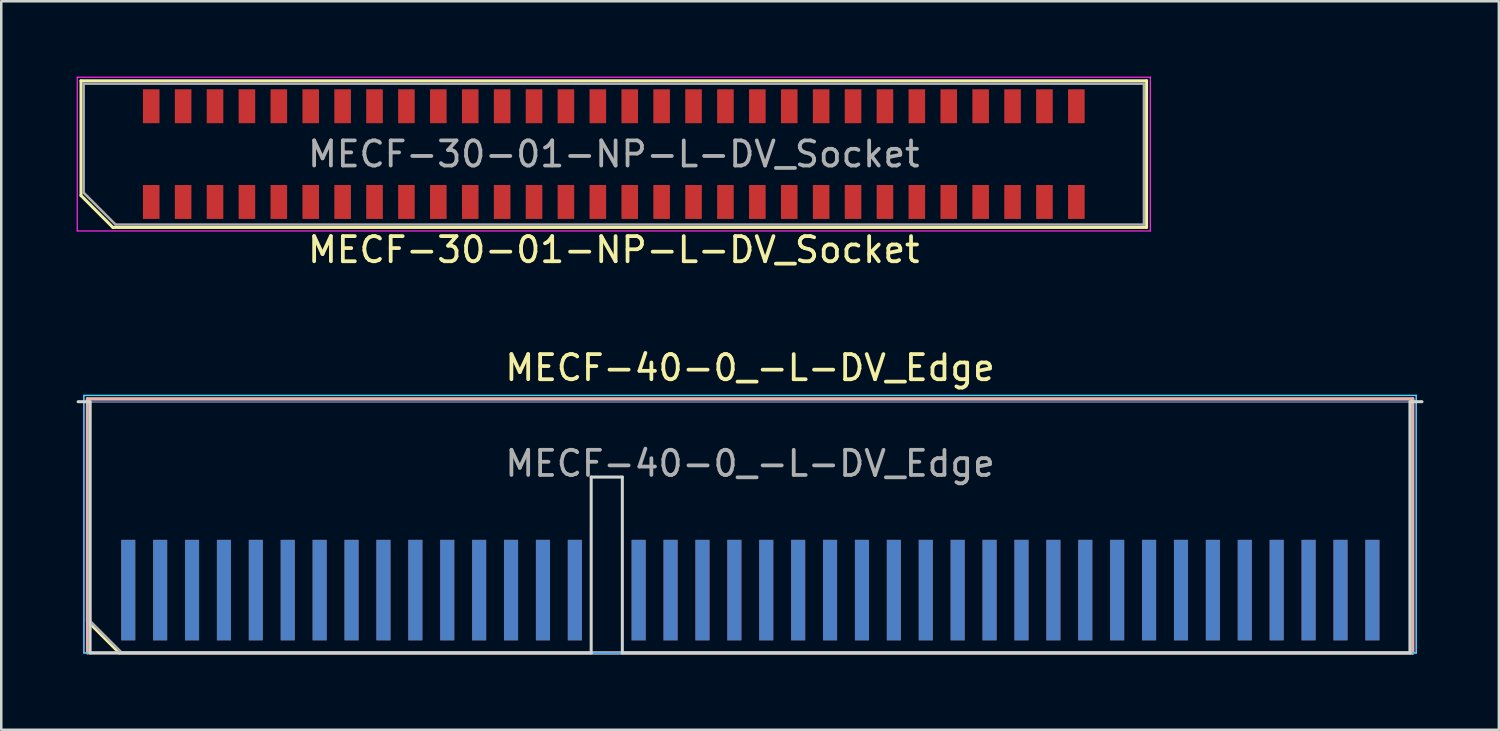
<source format=kicad_pcb>
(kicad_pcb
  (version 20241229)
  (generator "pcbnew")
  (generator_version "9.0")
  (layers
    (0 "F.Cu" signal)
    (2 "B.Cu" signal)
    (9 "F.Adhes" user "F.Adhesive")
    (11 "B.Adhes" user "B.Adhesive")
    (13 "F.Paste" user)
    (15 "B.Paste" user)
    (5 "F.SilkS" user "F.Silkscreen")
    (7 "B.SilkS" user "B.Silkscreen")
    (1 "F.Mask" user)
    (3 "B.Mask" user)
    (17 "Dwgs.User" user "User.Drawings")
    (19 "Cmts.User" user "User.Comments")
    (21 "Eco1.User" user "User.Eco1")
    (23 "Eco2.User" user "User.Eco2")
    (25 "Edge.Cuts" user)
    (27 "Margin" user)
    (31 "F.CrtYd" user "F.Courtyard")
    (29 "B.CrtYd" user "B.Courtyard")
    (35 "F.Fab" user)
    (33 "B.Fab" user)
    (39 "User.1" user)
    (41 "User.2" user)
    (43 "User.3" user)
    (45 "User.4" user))
  (footprint "MECF-30-01-NP-L-DV_Socket"
    (layer "F.Cu")
    (at 21.385 3.085)
    (property "Reference" "MECF-30-01-NP-L-DV_Socket" (at 0 3.81 0) (layer "F.SilkS") (effects (font (size 1 1) (thickness 0.15))))
    (attr smd)
    (fp_line (start -21.21 -2.92) (end 21.21 -2.92) (stroke (width 0.12) (type solid)) (layer "F.SilkS"))
    (fp_line (start -21.21 1.65) (end -21.21 -2.92) (stroke (width 0.12) (type solid)) (layer "F.SilkS"))
    (fp_line (start -19.94 2.92) (end -21.21 1.65) (stroke (width 0.12) (type solid)) (layer "F.SilkS"))
    (fp_line (start -19.94 2.92) (end 21.21 2.92) (stroke (width 0.12) (type solid)) (layer "F.SilkS"))
    (fp_line (start 21.21 2.92) (end 21.21 -2.92) (stroke (width 0.12) (type solid)) (layer "F.SilkS"))
    (fp_line (start -21.36 -3.06) (end -21.36 3.06) (stroke (width 0.05) (type solid)) (layer "F.CrtYd"))
    (fp_line (start -21.36 3.06) (end 21.36 3.06) (stroke (width 0.05) (type solid)) (layer "F.CrtYd"))
    (fp_line (start 21.36 -3.06) (end -21.36 -3.06) (stroke (width 0.05) (type solid)) (layer "F.CrtYd"))
    (fp_line (start 21.36 3.06) (end 21.36 -3.06) (stroke (width 0.05) (type solid)) (layer "F.CrtYd"))
    (fp_line (start -21.105 -2.805) (end 21.105 -2.805) (stroke (width 0.1) (type solid)) (layer "F.Fab"))
    (fp_line (start -21.105 1.535) (end -21.105 -2.805) (stroke (width 0.1) (type solid)) (layer "F.Fab"))
    (fp_line (start -21.105 1.535) (end -19.835 2.805) (stroke (width 0.1) (type solid)) (layer "F.Fab"))
    (fp_line (start -19.835 2.805) (end 21.105 2.805) (stroke (width 0.1) (type solid)) (layer "F.Fab"))
    (fp_line (start 21.105 2.805) (end 21.105 -2.805) (stroke (width 0.1) (type solid)) (layer "F.Fab"))
    (fp_text user "${REFERENCE}" (at 0 0 0) (layer "F.Fab") (effects (font (size 1 1) (thickness 0.15))))
    (pad "" np_thru_hole circle (at -20.195 0) (size 0.001 0.001) (drill 1.45) (layers "*.Cu" "*.Mask"))
    (pad "" np_thru_hole circle (at 20.195 1) (size 0.001 0.001) (drill 1.45) (layers "*.Cu" "*.Mask"))
    (pad "1" smd rect (at -18.415 1.905) (size 0.66 1.35) (layers "F.Cu" "F.Mask" "F.Paste"))
    (pad "2" smd rect (at -18.415 -1.905) (size 0.66 1.35) (layers "F.Cu" "F.Mask" "F.Paste"))
    (pad "3" smd rect (at -17.145 1.905) (size 0.66 1.35) (layers "F.Cu" "F.Mask" "F.Paste"))
    (pad "4" smd rect (at -17.145 -1.905) (size 0.66 1.35) (layers "F.Cu" "F.Mask" "F.Paste"))
    (pad "5" smd rect (at -15.875 1.905) (size 0.66 1.35) (layers "F.Cu" "F.Mask" "F.Paste"))
    (pad "6" smd rect (at -15.875 -1.905) (size 0.66 1.35) (layers "F.Cu" "F.Mask" "F.Paste"))
    (pad "7" smd rect (at -14.605 1.905) (size 0.66 1.35) (layers "F.Cu" "F.Mask" "F.Paste"))
    (pad "8" smd rect (at -14.605 -1.905) (size 0.66 1.35) (layers "F.Cu" "F.Mask" "F.Paste"))
    (pad "9" smd rect (at -13.335 1.905) (size 0.66 1.35) (layers "F.Cu" "F.Mask" "F.Paste"))
    (pad "10" smd rect (at -13.335 -1.905) (size 0.66 1.35) (layers "F.Cu" "F.Mask" "F.Paste"))
    (pad "11" smd rect (at -12.065 1.905) (size 0.66 1.35) (layers "F.Cu" "F.Mask" "F.Paste"))
    (pad "12" smd rect (at -12.065 -1.905) (size 0.66 1.35) (layers "F.Cu" "F.Mask" "F.Paste"))
    (pad "13" smd rect (at -10.795 1.905) (size 0.66 1.35) (layers "F.Cu" "F.Mask" "F.Paste"))
    (pad "14" smd rect (at -10.795 -1.905) (size 0.66 1.35) (layers "F.Cu" "F.Mask" "F.Paste"))
    (pad "15" smd rect (at -9.525 1.905) (size 0.66 1.35) (layers "F.Cu" "F.Mask" "F.Paste"))
    (pad "16" smd rect (at -9.525 -1.905) (size 0.66 1.35) (layers "F.Cu" "F.Mask" "F.Paste"))
    (pad "17" smd rect (at -8.255 1.905) (size 0.66 1.35) (layers "F.Cu" "F.Mask" "F.Paste"))
    (pad "18" smd rect (at -8.255 -1.905) (size 0.66 1.35) (layers "F.Cu" "F.Mask" "F.Paste"))
    (pad "19" smd rect (at -6.985 1.905) (size 0.66 1.35) (layers "F.Cu" "F.Mask" "F.Paste"))
    (pad "20" smd rect (at -6.985 -1.905) (size 0.66 1.35) (layers "F.Cu" "F.Mask" "F.Paste"))
    (pad "21" smd rect (at -5.715 1.905) (size 0.66 1.35) (layers "F.Cu" "F.Mask" "F.Paste"))
    (pad "22" smd rect (at -5.715 -1.905) (size 0.66 1.35) (layers "F.Cu" "F.Mask" "F.Paste"))
    (pad "23" smd rect (at -4.445 1.905) (size 0.66 1.35) (layers "F.Cu" "F.Mask" "F.Paste"))
    (pad "24" smd rect (at -4.445 -1.905) (size 0.66 1.35) (layers "F.Cu" "F.Mask" "F.Paste"))
    (pad "25" smd rect (at -3.175 1.905) (size 0.66 1.35) (layers "F.Cu" "F.Mask" "F.Paste"))
    (pad "26" smd rect (at -3.175 -1.905) (size 0.66 1.35) (layers "F.Cu" "F.Mask" "F.Paste"))
    (pad "27" smd rect (at -1.905 1.905) (size 0.66 1.35) (layers "F.Cu" "F.Mask" "F.Paste"))
    (pad "28" smd rect (at -1.905 -1.905) (size 0.66 1.35) (layers "F.Cu" "F.Mask" "F.Paste"))
    (pad "29" smd rect (at -0.635 1.905) (size 0.66 1.35) (layers "F.Cu" "F.Mask" "F.Paste"))
    (pad "30" smd rect (at -0.635 -1.905) (size 0.66 1.35) (layers "F.Cu" "F.Mask" "F.Paste"))
    (pad "31" smd rect (at 0.635 1.905) (size 0.66 1.35) (layers "F.Cu" "F.Mask" "F.Paste"))
    (pad "32" smd rect (at 0.635 -1.905) (size 0.66 1.35) (layers "F.Cu" "F.Mask" "F.Paste"))
    (pad "33" smd rect (at 1.905 1.905) (size 0.66 1.35) (layers "F.Cu" "F.Mask" "F.Paste"))
    (pad "34" smd rect (at 1.905 -1.905) (size 0.66 1.35) (layers "F.Cu" "F.Mask" "F.Paste"))
    (pad "35" smd rect (at 3.175 1.905) (size 0.66 1.35) (layers "F.Cu" "F.Mask" "F.Paste"))
    (pad "36" smd rect (at 3.175 -1.905) (size 0.66 1.35) (layers "F.Cu" "F.Mask" "F.Paste"))
    (pad "37" smd rect (at 4.445 1.905) (size 0.66 1.35) (layers "F.Cu" "F.Mask" "F.Paste"))
    (pad "38" smd rect (at 4.445 -1.905) (size 0.66 1.35) (layers "F.Cu" "F.Mask" "F.Paste"))
    (pad "39" smd rect (at 5.715 1.905) (size 0.66 1.35) (layers "F.Cu" "F.Mask" "F.Paste"))
    (pad "40" smd rect (at 5.715 -1.905) (size 0.66 1.35) (layers "F.Cu" "F.Mask" "F.Paste"))
    (pad "41" smd rect (at 6.985 1.905) (size 0.66 1.35) (layers "F.Cu" "F.Mask" "F.Paste"))
    (pad "42" smd rect (at 6.985 -1.905) (size 0.66 1.35) (layers "F.Cu" "F.Mask" "F.Paste"))
    (pad "43" smd rect (at 8.255 1.905) (size 0.66 1.35) (layers "F.Cu" "F.Mask" "F.Paste"))
    (pad "44" smd rect (at 8.255 -1.905) (size 0.66 1.35) (layers "F.Cu" "F.Mask" "F.Paste"))
    (pad "45" smd rect (at 9.525 1.905) (size 0.66 1.35) (layers "F.Cu" "F.Mask" "F.Paste"))
    (pad "46" smd rect (at 9.525 -1.905) (size 0.66 1.35) (layers "F.Cu" "F.Mask" "F.Paste"))
    (pad "47" smd rect (at 10.795 1.905) (size 0.66 1.35) (layers "F.Cu" "F.Mask" "F.Paste"))
    (pad "48" smd rect (at 10.795 -1.905) (size 0.66 1.35) (layers "F.Cu" "F.Mask" "F.Paste"))
    (pad "49" smd rect (at 12.065 1.905) (size 0.66 1.35) (layers "F.Cu" "F.Mask" "F.Paste"))
    (pad "50" smd rect (at 12.065 -1.905) (size 0.66 1.35) (layers "F.Cu" "F.Mask" "F.Paste"))
    (pad "51" smd rect (at 13.335 1.905) (size 0.66 1.35) (layers "F.Cu" "F.Mask" "F.Paste"))
    (pad "52" smd rect (at 13.335 -1.905) (size 0.66 1.35) (layers "F.Cu" "F.Mask" "F.Paste"))
    (pad "53" smd rect (at 14.605 1.905) (size 0.66 1.35) (layers "F.Cu" "F.Mask" "F.Paste"))
    (pad "54" smd rect (at 14.605 -1.905) (size 0.66 1.35) (layers "F.Cu" "F.Mask" "F.Paste"))
    (pad "55" smd rect (at 15.875 1.905) (size 0.66 1.35) (layers "F.Cu" "F.Mask" "F.Paste"))
    (pad "56" smd rect (at 15.875 -1.905) (size 0.66 1.35) (layers "F.Cu" "F.Mask" "F.Paste"))
    (pad "57" smd rect (at 17.145 1.905) (size 0.66 1.35) (layers "F.Cu" "F.Mask" "F.Paste"))
    (pad "58" smd rect (at 17.145 -1.905) (size 0.66 1.35) (layers "F.Cu" "F.Mask" "F.Paste"))
    (pad "59" smd rect (at 18.415 1.905) (size 0.66 1.35) (layers "F.Cu" "F.Mask" "F.Paste"))
    (pad "60" smd rect (at 18.415 -1.905) (size 0.66 1.35) (layers "F.Cu" "F.Mask" "F.Paste")))
  (footprint "MECF-40-0_-L-DV_Edge"
    (layer "F.Cu")
    (at 26.81 17.942)
    (property "Reference" "MECF-40-0_-L-DV_Edge" (at 0 -6.35 0) (layer "F.SilkS") (effects (font (size 1 1) (thickness 0.15))))
    (attr exclude_from_pos_files exclude_from_bom)
    (fp_line (start -26.38 -5.11) (end 26.38 -5.11) (stroke (width 0.12) (type solid)) (layer "F.SilkS"))
    (fp_line (start -26.38 3.73) (end -26.38 -5.11) (stroke (width 0.12) (type solid)) (layer "F.SilkS"))
    (fp_line (start -25.11 5) (end -26.38 3.73) (stroke (width 0.12) (type solid)) (layer "F.SilkS"))
    (fp_line (start -25.11 5) (end 26.38 5) (stroke (width 0.12) (type solid)) (layer "F.SilkS"))
    (fp_line (start 26.38 5) (end 26.38 -5.11) (stroke (width 0.12) (type solid)) (layer "F.SilkS"))
    (fp_line (start -26.38 -5.11) (end 26.38 -5.11) (stroke (width 0.12) (type solid)) (layer "B.SilkS"))
    (fp_line (start -26.38 5) (end -26.38 -5.11) (stroke (width 0.12) (type solid)) (layer "B.SilkS"))
    (fp_line (start -26.38 5) (end 26.38 5) (stroke (width 0.12) (type solid)) (layer "B.SilkS"))
    (fp_line (start 26.38 5) (end 26.38 -5.11) (stroke (width 0.12) (type solid)) (layer "B.SilkS"))
    (fp_line (start -26.75 -5) (end -26.275 -5) (stroke (width 0.12) (type solid)) (layer "Edge.Cuts"))
    (fp_line (start -26.275 5) (end -26.275 -5) (stroke (width 0.12) (type solid)) (layer "Edge.Cuts"))
    (fp_line (start -26.275 5) (end -6.325 5) (stroke (width 0.12) (type solid)) (layer "Edge.Cuts"))
    (fp_line (start -6.325 -2) (end -5.085 -2) (stroke (width 0.12) (type solid)) (layer "Edge.Cuts"))
    (fp_line (start -6.325 5) (end -6.325 -2) (stroke (width 0.12) (type solid)) (layer "Edge.Cuts"))
    (fp_line (start -5.085 5) (end -5.085 -2) (stroke (width 0.12) (type solid)) (layer "Edge.Cuts"))
    (fp_line (start -5.085 5) (end 26.275 5) (stroke (width 0.12) (type solid)) (layer "Edge.Cuts"))
    (fp_line (start 26.275 5) (end 26.275 -5) (stroke (width 0.12) (type solid)) (layer "Edge.Cuts"))
    (fp_line (start 26.75 -5) (end 26.275 -5) (stroke (width 0.12) (type solid)) (layer "Edge.Cuts"))
    (fp_line (start -26.52 -5.25) (end -26.52 5) (stroke (width 0.05) (type solid)) (layer "B.CrtYd"))
    (fp_line (start -26.52 5) (end 26.52 5) (stroke (width 0.05) (type solid)) (layer "B.CrtYd"))
    (fp_line (start 26.52 -5.25) (end -26.52 -5.25) (stroke (width 0.05) (type solid)) (layer "B.CrtYd"))
    (fp_line (start 26.52 5) (end 26.52 -5.25) (stroke (width 0.05) (type solid)) (layer "B.CrtYd"))
    (fp_line (start -26.52 -5.25) (end -26.52 5) (stroke (width 0.05) (type solid)) (layer "F.CrtYd"))
    (fp_line (start -26.52 5) (end 26.52 5) (stroke (width 0.05) (type solid)) (layer "F.CrtYd"))
    (fp_line (start 26.52 -5.25) (end -26.52 -5.25) (stroke (width 0.05) (type solid)) (layer "F.CrtYd"))
    (fp_line (start 26.52 5) (end 26.52 -5.25) (stroke (width 0.05) (type solid)) (layer "F.CrtYd"))
    (fp_line (start -26.275 -5) (end 26.275 -5) (stroke (width 0.1) (type solid)) (layer "B.Fab"))
    (fp_line (start -26.275 5) (end -26.275 -5) (stroke (width 0.1) (type solid)) (layer "B.Fab"))
    (fp_line (start -26.275 5) (end 26.275 5) (stroke (width 0.1) (type solid)) (layer "B.Fab"))
    (fp_line (start 26.275 5) (end 26.275 -5) (stroke (width 0.1) (type solid)) (layer "B.Fab"))
    (fp_line (start -26.275 -5) (end 26.275 -5) (stroke (width 0.1) (type solid)) (layer "F.Fab"))
    (fp_line (start -26.275 3.73) (end -26.275 -5) (stroke (width 0.1) (type solid)) (layer "F.Fab"))
    (fp_line (start -26.275 3.73) (end -25.005 5) (stroke (width 0.1) (type solid)) (layer "F.Fab"))
    (fp_line (start -25.005 5) (end 26.275 5) (stroke (width 0.1) (type solid)) (layer "F.Fab"))
    (fp_line (start 26.275 5) (end 26.275 -5) (stroke (width 0.1) (type solid)) (layer "F.Fab"))
    (fp_text user "${REFERENCE}" (at 0 -2.54 0) (layer "F.Fab") (effects (font (size 1 1) (thickness 0.15))))
    (pad "1" smd rect (at -24.755 2.5) (size 0.56 4) (layers "F.Cu" "F.Mask" "F.Paste"))
    (pad "2" smd rect (at -24.755 2.5) (size 0.56 4) (layers "B.Cu" "B.Mask" "B.Paste"))
    (pad "3" smd rect (at -23.485 2.5) (size 0.56 4) (layers "F.Cu" "F.Mask" "F.Paste"))
    (pad "4" smd rect (at -23.485 2.5) (size 0.56 4) (layers "B.Cu" "B.Mask" "B.Paste"))
    (pad "5" smd rect (at -22.215 2.5) (size 0.56 4) (layers "F.Cu" "F.Mask" "F.Paste"))
    (pad "6" smd rect (at -22.215 2.5) (size 0.56 4) (layers "B.Cu" "B.Mask" "B.Paste"))
    (pad "7" smd rect (at -20.945 2.5) (size 0.56 4) (layers "F.Cu" "F.Mask" "F.Paste"))
    (pad "8" smd rect (at -20.945 2.5) (size 0.56 4) (layers "B.Cu" "B.Mask" "B.Paste"))
    (pad "9" smd rect (at -19.675 2.5) (size 0.56 4) (layers "F.Cu" "F.Mask" "F.Paste"))
    (pad "10" smd rect (at -19.675 2.5) (size 0.56 4) (layers "B.Cu" "B.Mask" "B.Paste"))
    (pad "11" smd rect (at -18.405 2.5) (size 0.56 4) (layers "F.Cu" "F.Mask" "F.Paste"))
    (pad "12" smd rect (at -18.405 2.5) (size 0.56 4) (layers "B.Cu" "B.Mask" "B.Paste"))
    (pad "13" smd rect (at -17.135 2.5) (size 0.56 4) (layers "F.Cu" "F.Mask" "F.Paste"))
    (pad "14" smd rect (at -17.135 2.5) (size 0.56 4) (layers "B.Cu" "B.Mask" "B.Paste"))
    (pad "15" smd rect (at -15.865 2.5) (size 0.56 4) (layers "F.Cu" "F.Mask" "F.Paste"))
    (pad "16" smd rect (at -15.865 2.5) (size 0.56 4) (layers "B.Cu" "B.Mask" "B.Paste"))
    (pad "17" smd rect (at -14.595 2.5) (size 0.56 4) (layers "F.Cu" "F.Mask" "F.Paste"))
    (pad "18" smd rect (at -14.595 2.5) (size 0.56 4) (layers "B.Cu" "B.Mask" "B.Paste"))
    (pad "19" smd rect (at -13.325 2.5) (size 0.56 4) (layers "F.Cu" "F.Mask" "F.Paste"))
    (pad "20" smd rect (at -13.325 2.5) (size 0.56 4) (layers "B.Cu" "B.Mask" "B.Paste"))
    (pad "21" smd rect (at -12.055 2.5) (size 0.56 4) (layers "F.Cu" "F.Mask" "F.Paste"))
    (pad "22" smd rect (at -12.055 2.5) (size 0.56 4) (layers "B.Cu" "B.Mask" "B.Paste"))
    (pad "23" smd rect (at -10.785 2.5) (size 0.56 4) (layers "F.Cu" "F.Mask" "F.Paste"))
    (pad "24" smd rect (at -10.785 2.5) (size 0.56 4) (layers "B.Cu" "B.Mask" "B.Paste"))
    (pad "25" smd rect (at -9.515 2.5) (size 0.56 4) (layers "F.Cu" "F.Mask" "F.Paste"))
    (pad "26" smd rect (at -9.515 2.5) (size 0.56 4) (layers "B.Cu" "B.Mask" "B.Paste"))
    (pad "27" smd rect (at -8.245 2.5) (size 0.56 4) (layers "F.Cu" "F.Mask" "F.Paste"))
    (pad "28" smd rect (at -8.245 2.5) (size 0.56 4) (layers "B.Cu" "B.Mask" "B.Paste"))
    (pad "29" smd rect (at -6.975 2.5) (size 0.56 4) (layers "F.Cu" "F.Mask" "F.Paste"))
    (pad "30" smd rect (at -6.975 2.5) (size 0.56 4) (layers "B.Cu" "B.Mask" "B.Paste"))
    (pad "33" smd rect (at -4.435 2.5) (size 0.56 4) (layers "F.Cu" "F.Mask" "F.Paste"))
    (pad "34" smd rect (at -4.435 2.5) (size 0.56 4) (layers "B.Cu" "B.Mask" "B.Paste"))
    (pad "35" smd rect (at -3.165 2.5) (size 0.56 4) (layers "F.Cu" "F.Mask" "F.Paste"))
    (pad "36" smd rect (at -3.165 2.5) (size 0.56 4) (layers "B.Cu" "B.Mask" "B.Paste"))
    (pad "37" smd rect (at -1.895 2.5) (size 0.56 4) (layers "F.Cu" "F.Mask" "F.Paste"))
    (pad "38" smd rect (at -1.895 2.5) (size 0.56 4) (layers "B.Cu" "B.Mask" "B.Paste"))
    (pad "39" smd rect (at -0.625 2.5) (size 0.56 4) (layers "F.Cu" "F.Mask" "F.Paste"))
    (pad "40" smd rect (at -0.625 2.5) (size 0.56 4) (layers "B.Cu" "B.Mask" "B.Paste"))
    (pad "41" smd rect (at 0.645 2.5) (size 0.56 4) (layers "F.Cu" "F.Mask" "F.Paste"))
    (pad "42" smd rect (at 0.645 2.5) (size 0.56 4) (layers "B.Cu" "B.Mask" "B.Paste"))
    (pad "43" smd rect (at 1.915 2.5) (size 0.56 4) (layers "F.Cu" "F.Mask" "F.Paste"))
    (pad "44" smd rect (at 1.915 2.5) (size 0.56 4) (layers "B.Cu" "B.Mask" "B.Paste"))
    (pad "45" smd rect (at 3.185 2.5) (size 0.56 4) (layers "F.Cu" "F.Mask" "F.Paste"))
    (pad "46" smd rect (at 3.185 2.5) (size 0.56 4) (layers "B.Cu" "B.Mask" "B.Paste"))
    (pad "47" smd rect (at 4.455 2.5) (size 0.56 4) (layers "F.Cu" "F.Mask" "F.Paste"))
    (pad "48" smd rect (at 4.455 2.5) (size 0.56 4) (layers "B.Cu" "B.Mask" "B.Paste"))
    (pad "49" smd rect (at 5.725 2.5) (size 0.56 4) (layers "F.Cu" "F.Mask" "F.Paste"))
    (pad "50" smd rect (at 5.725 2.5) (size 0.56 4) (layers "B.Cu" "B.Mask" "B.Paste"))
    (pad "51" smd rect (at 6.995 2.5) (size 0.56 4) (layers "F.Cu" "F.Mask" "F.Paste"))
    (pad "52" smd rect (at 6.995 2.5) (size 0.56 4) (layers "B.Cu" "B.Mask" "B.Paste"))
    (pad "53" smd rect (at 8.265 2.5) (size 0.56 4) (layers "F.Cu" "F.Mask" "F.Paste"))
    (pad "54" smd rect (at 8.265 2.5) (size 0.56 4) (layers "B.Cu" "B.Mask" "B.Paste"))
    (pad "55" smd rect (at 9.535 2.5) (size 0.56 4) (layers "F.Cu" "F.Mask" "F.Paste"))
    (pad "56" smd rect (at 9.535 2.5) (size 0.56 4) (layers "B.Cu" "B.Mask" "B.Paste"))
    (pad "57" smd rect (at 10.805 2.5) (size 0.56 4) (layers "F.Cu" "F.Mask" "F.Paste"))
    (pad "58" smd rect (at 10.805 2.5) (size 0.56 4) (layers "B.Cu" "B.Mask" "B.Paste"))
    (pad "59" smd rect (at 12.075 2.5) (size 0.56 4) (layers "F.Cu" "F.Mask" "F.Paste"))
    (pad "60" smd rect (at 12.075 2.5) (size 0.56 4) (layers "B.Cu" "B.Mask" "B.Paste"))
    (pad "61" smd rect (at 13.345 2.5) (size 0.56 4) (layers "F.Cu" "F.Mask" "F.Paste"))
    (pad "62" smd rect (at 13.345 2.5) (size 0.56 4) (layers "B.Cu" "B.Mask" "B.Paste"))
    (pad "63" smd rect (at 14.615 2.5) (size 0.56 4) (layers "F.Cu" "F.Mask" "F.Paste"))
    (pad "64" smd rect (at 14.615 2.5) (size 0.56 4) (layers "B.Cu" "B.Mask" "B.Paste"))
    (pad "65" smd rect (at 15.885 2.5) (size 0.56 4) (layers "F.Cu" "F.Mask" "F.Paste"))
    (pad "66" smd rect (at 15.885 2.5) (size 0.56 4) (layers "B.Cu" "B.Mask" "B.Paste"))
    (pad "67" smd rect (at 17.155 2.5) (size 0.56 4) (layers "F.Cu" "F.Mask" "F.Paste"))
    (pad "68" smd rect (at 17.155 2.5) (size 0.56 4) (layers "B.Cu" "B.Mask" "B.Paste"))
    (pad "69" smd rect (at 18.425 2.5) (size 0.56 4) (layers "F.Cu" "F.Mask" "F.Paste"))
    (pad "70" smd rect (at 18.425 2.5) (size 0.56 4) (layers "B.Cu" "B.Mask" "B.Paste"))
    (pad "71" smd rect (at 19.695 2.5) (size 0.56 4) (layers "F.Cu" "F.Mask" "F.Paste"))
    (pad "72" smd rect (at 19.695 2.5) (size 0.56 4) (layers "B.Cu" "B.Mask" "B.Paste"))
    (pad "73" smd rect (at 20.965 2.5) (size 0.56 4) (layers "F.Cu" "F.Mask" "F.Paste"))
    (pad "74" smd rect (at 20.965 2.5) (size 0.56 4) (layers "B.Cu" "B.Mask" "B.Paste"))
    (pad "75" smd rect (at 22.235 2.5) (size 0.56 4) (layers "F.Cu" "F.Mask" "F.Paste"))
    (pad "76" smd rect (at 22.235 2.5) (size 0.56 4) (layers "B.Cu" "B.Mask" "B.Paste"))
    (pad "77" smd rect (at 23.505 2.5) (size 0.56 4) (layers "F.Cu" "F.Mask" "F.Paste"))
    (pad "78" smd rect (at 23.505 2.5) (size 0.56 4) (layers "B.Cu" "B.Mask" "B.Paste"))
    (pad "79" smd rect (at 24.775 2.5) (size 0.56 4) (layers "F.Cu" "F.Mask" "F.Paste"))
    (pad "80" smd rect (at 24.775 2.5) (size 0.56 4) (layers "B.Cu" "B.Mask" "B.Paste")))
  (gr_rect
    (start -3 -3)
    (end 56.62 26.002)
    (stroke (width 0.1) (type default))
    (fill no)
    (layer "Edge.Cuts")))
</source>
